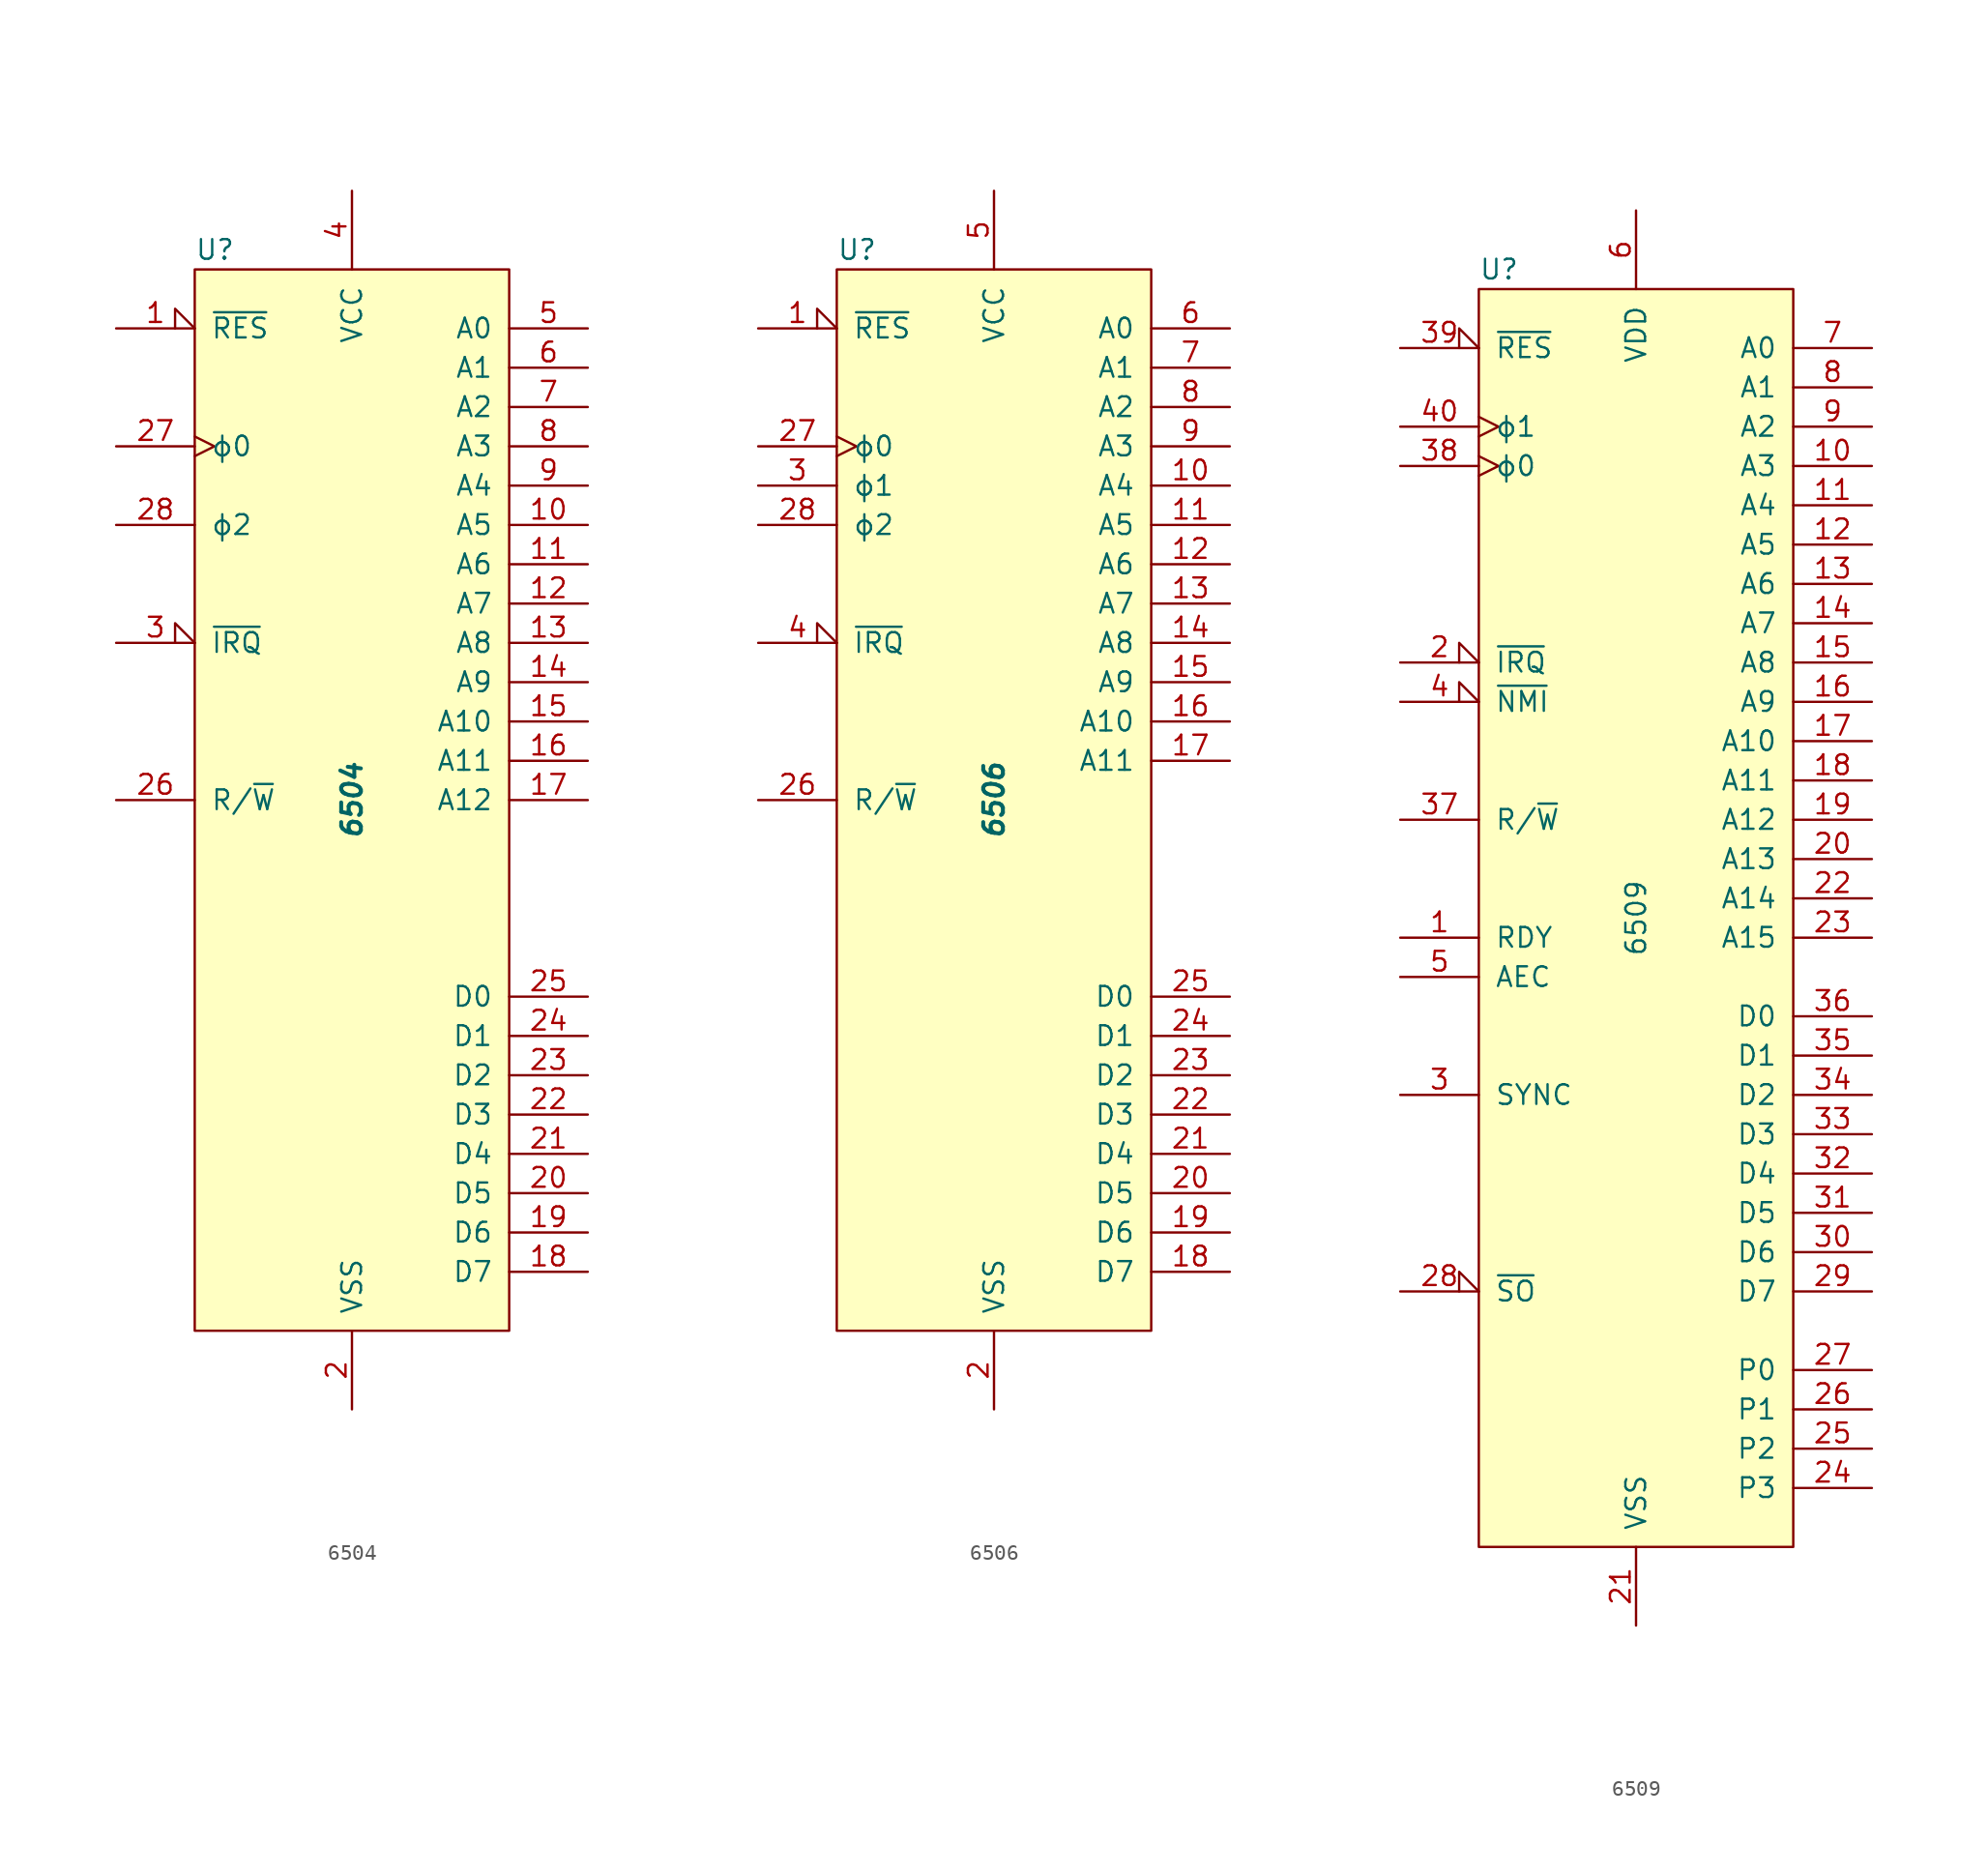
<source format=kicad_sym>
(kicad_symbol_lib
  (version 20241209)
  (generator "kicad_symbol_editor")
  (generator_version "9.0")
  (symbol "6504"
    (pin_names
      (offset 1.016))
    (property "Reference" "U"
      (at -10.16 35.56 0)
      (effects (font (size 1.27 1.27)) (justify left)))
    (property "Value" "6504"
      (at 0 0 90)
      (effects (font (size 1.27 1.27) (bold yes) (italic yes))))
    (symbol "6504_0_1"
      (rectangle (start -10.16 34.29) (end 10.16 -34.29) (stroke (width 0) (type solid)) (fill (type background))))
    (symbol "6504_1_1"
      (pin input input_low (at -15.24 30.48 0) (length 5.08) (name "~{RES}" (effects (font (size 1.27 1.27)))) (number "1" (effects (font (size 1.27 1.27)))))
      (pin input clock (at -15.24 22.86 0) (length 5.08) (name "ϕ0" (effects (font (size 1.27 1.27)))) (number "27" (effects (font (size 1.27 1.27)))))
      (pin output line (at -15.24 17.78 0) (length 5.08) (name "ϕ2" (effects (font (size 1.27 1.27)))) (number "28" (effects (font (size 1.27 1.27)))))
      (pin input input_low (at -15.24 10.16 0) (length 5.08) (name "~{IRQ}" (effects (font (size 1.27 1.27)))) (number "3" (effects (font (size 1.27 1.27)))))
      (pin output line (at -15.24 0 0) (length 5.08) (name "R/~{W}" (effects (font (size 1.27 1.27)))) (number "26" (effects (font (size 1.27 1.27)))))
      (pin power_in line (at 0 39.37 270) (length 5.08) (name "VCC" (effects (font (size 1.27 1.27)))) (number "4" (effects (font (size 1.27 1.27)))))
      (pin power_in line (at 0 -39.37 90) (length 5.08) (name "VSS" (effects (font (size 1.27 1.27)))) (number "2" (effects (font (size 1.27 1.27)))))
      (pin output line (at 15.24 30.48 180) (length 5.08) (name "A0" (effects (font (size 1.27 1.27)))) (number "5" (effects (font (size 1.27 1.27)))))
      (pin output line (at 15.24 27.94 180) (length 5.08) (name "A1" (effects (font (size 1.27 1.27)))) (number "6" (effects (font (size 1.27 1.27)))))
      (pin output line (at 15.24 25.4 180) (length 5.08) (name "A2" (effects (font (size 1.27 1.27)))) (number "7" (effects (font (size 1.27 1.27)))))
      (pin output line (at 15.24 22.86 180) (length 5.08) (name "A3" (effects (font (size 1.27 1.27)))) (number "8" (effects (font (size 1.27 1.27)))))
      (pin output line (at 15.24 20.32 180) (length 5.08) (name "A4" (effects (font (size 1.27 1.27)))) (number "9" (effects (font (size 1.27 1.27)))))
      (pin output line (at 15.24 17.78 180) (length 5.08) (name "A5" (effects (font (size 1.27 1.27)))) (number "10" (effects (font (size 1.27 1.27)))))
      (pin output line (at 15.24 15.24 180) (length 5.08) (name "A6" (effects (font (size 1.27 1.27)))) (number "11" (effects (font (size 1.27 1.27)))))
      (pin output line (at 15.24 12.7 180) (length 5.08) (name "A7" (effects (font (size 1.27 1.27)))) (number "12" (effects (font (size 1.27 1.27)))))
      (pin output line (at 15.24 10.16 180) (length 5.08) (name "A8" (effects (font (size 1.27 1.27)))) (number "13" (effects (font (size 1.27 1.27)))))
      (pin output line (at 15.24 7.62 180) (length 5.08) (name "A9" (effects (font (size 1.27 1.27)))) (number "14" (effects (font (size 1.27 1.27)))))
      (pin output line (at 15.24 5.08 180) (length 5.08) (name "A10" (effects (font (size 1.27 1.27)))) (number "15" (effects (font (size 1.27 1.27)))))
      (pin output line (at 15.24 2.54 180) (length 5.08) (name "A11" (effects (font (size 1.27 1.27)))) (number "16" (effects (font (size 1.27 1.27)))))
      (pin output line (at 15.24 0 180) (length 5.08) (name "A12" (effects (font (size 1.27 1.27)))) (number "17" (effects (font (size 1.27 1.27)))))
      (pin bidirectional line (at 15.24 -12.7 180) (length 5.08) (name "D0" (effects (font (size 1.27 1.27)))) (number "25" (effects (font (size 1.27 1.27)))))
      (pin bidirectional line (at 15.24 -15.24 180) (length 5.08) (name "D1" (effects (font (size 1.27 1.27)))) (number "24" (effects (font (size 1.27 1.27)))))
      (pin bidirectional line (at 15.24 -17.78 180) (length 5.08) (name "D2" (effects (font (size 1.27 1.27)))) (number "23" (effects (font (size 1.27 1.27)))))
      (pin bidirectional line (at 15.24 -20.32 180) (length 5.08) (name "D3" (effects (font (size 1.27 1.27)))) (number "22" (effects (font (size 1.27 1.27)))))
      (pin bidirectional line (at 15.24 -22.86 180) (length 5.08) (name "D4" (effects (font (size 1.27 1.27)))) (number "21" (effects (font (size 1.27 1.27)))))
      (pin bidirectional line (at 15.24 -25.4 180) (length 5.08) (name "D5" (effects (font (size 1.27 1.27)))) (number "20" (effects (font (size 1.27 1.27)))))
      (pin bidirectional line (at 15.24 -27.94 180) (length 5.08) (name "D6" (effects (font (size 1.27 1.27)))) (number "19" (effects (font (size 1.27 1.27)))))
      (pin bidirectional line (at 15.24 -30.48 180) (length 5.08) (name "D7" (effects (font (size 1.27 1.27)))) (number "18" (effects (font (size 1.27 1.27)))))))
  (symbol "6506"
    (pin_names
      (offset 1.016))
    (property "Reference" "U"
      (at -10.16 35.56 0)
      (effects (font (size 1.27 1.27)) (justify left)))
    (property "Value" "6506"
      (at 0 0 90)
      (effects (font (size 1.27 1.27) (bold yes) (italic yes))))
    (symbol "6506_0_1"
      (rectangle (start -10.16 34.29) (end 10.16 -34.29) (stroke (width 0) (type solid)) (fill (type background))))
    (symbol "6506_1_1"
      (pin input input_low (at -15.24 30.48 0) (length 5.08) (name "~{RES}" (effects (font (size 1.27 1.27)))) (number "1" (effects (font (size 1.27 1.27)))))
      (pin input clock (at -15.24 22.86 0) (length 5.08) (name "ϕ0" (effects (font (size 1.27 1.27)))) (number "27" (effects (font (size 1.27 1.27)))))
      (pin output line (at -15.24 20.32 0) (length 5.08) (name "ϕ1" (effects (font (size 1.27 1.27)))) (number "3" (effects (font (size 1.27 1.27)))))
      (pin output line (at -15.24 17.78 0) (length 5.08) (name "ϕ2" (effects (font (size 1.27 1.27)))) (number "28" (effects (font (size 1.27 1.27)))))
      (pin input input_low (at -15.24 10.16 0) (length 5.08) (name "~{IRQ}" (effects (font (size 1.27 1.27)))) (number "4" (effects (font (size 1.27 1.27)))))
      (pin output line (at -15.24 0 0) (length 5.08) (name "R/~{W}" (effects (font (size 1.27 1.27)))) (number "26" (effects (font (size 1.27 1.27)))))
      (pin power_in line (at 0 39.37 270) (length 5.08) (name "VCC" (effects (font (size 1.27 1.27)))) (number "5" (effects (font (size 1.27 1.27)))))
      (pin power_in line (at 0 -39.37 90) (length 5.08) (name "VSS" (effects (font (size 1.27 1.27)))) (number "2" (effects (font (size 1.27 1.27)))))
      (pin output line (at 15.24 30.48 180) (length 5.08) (name "A0" (effects (font (size 1.27 1.27)))) (number "6" (effects (font (size 1.27 1.27)))))
      (pin output line (at 15.24 27.94 180) (length 5.08) (name "A1" (effects (font (size 1.27 1.27)))) (number "7" (effects (font (size 1.27 1.27)))))
      (pin output line (at 15.24 25.4 180) (length 5.08) (name "A2" (effects (font (size 1.27 1.27)))) (number "8" (effects (font (size 1.27 1.27)))))
      (pin output line (at 15.24 22.86 180) (length 5.08) (name "A3" (effects (font (size 1.27 1.27)))) (number "9" (effects (font (size 1.27 1.27)))))
      (pin output line (at 15.24 20.32 180) (length 5.08) (name "A4" (effects (font (size 1.27 1.27)))) (number "10" (effects (font (size 1.27 1.27)))))
      (pin output line (at 15.24 17.78 180) (length 5.08) (name "A5" (effects (font (size 1.27 1.27)))) (number "11" (effects (font (size 1.27 1.27)))))
      (pin output line (at 15.24 15.24 180) (length 5.08) (name "A6" (effects (font (size 1.27 1.27)))) (number "12" (effects (font (size 1.27 1.27)))))
      (pin output line (at 15.24 12.7 180) (length 5.08) (name "A7" (effects (font (size 1.27 1.27)))) (number "13" (effects (font (size 1.27 1.27)))))
      (pin output line (at 15.24 10.16 180) (length 5.08) (name "A8" (effects (font (size 1.27 1.27)))) (number "14" (effects (font (size 1.27 1.27)))))
      (pin output line (at 15.24 7.62 180) (length 5.08) (name "A9" (effects (font (size 1.27 1.27)))) (number "15" (effects (font (size 1.27 1.27)))))
      (pin output line (at 15.24 5.08 180) (length 5.08) (name "A10" (effects (font (size 1.27 1.27)))) (number "16" (effects (font (size 1.27 1.27)))))
      (pin output line (at 15.24 2.54 180) (length 5.08) (name "A11" (effects (font (size 1.27 1.27)))) (number "17" (effects (font (size 1.27 1.27)))))
      (pin bidirectional line (at 15.24 -12.7 180) (length 5.08) (name "D0" (effects (font (size 1.27 1.27)))) (number "25" (effects (font (size 1.27 1.27)))))
      (pin bidirectional line (at 15.24 -15.24 180) (length 5.08) (name "D1" (effects (font (size 1.27 1.27)))) (number "24" (effects (font (size 1.27 1.27)))))
      (pin bidirectional line (at 15.24 -17.78 180) (length 5.08) (name "D2" (effects (font (size 1.27 1.27)))) (number "23" (effects (font (size 1.27 1.27)))))
      (pin bidirectional line (at 15.24 -20.32 180) (length 5.08) (name "D3" (effects (font (size 1.27 1.27)))) (number "22" (effects (font (size 1.27 1.27)))))
      (pin bidirectional line (at 15.24 -22.86 180) (length 5.08) (name "D4" (effects (font (size 1.27 1.27)))) (number "21" (effects (font (size 1.27 1.27)))))
      (pin bidirectional line (at 15.24 -25.4 180) (length 5.08) (name "D5" (effects (font (size 1.27 1.27)))) (number "20" (effects (font (size 1.27 1.27)))))
      (pin bidirectional line (at 15.24 -27.94 180) (length 5.08) (name "D6" (effects (font (size 1.27 1.27)))) (number "19" (effects (font (size 1.27 1.27)))))
      (pin bidirectional line (at 15.24 -30.48 180) (length 5.08) (name "D7" (effects (font (size 1.27 1.27)))) (number "18" (effects (font (size 1.27 1.27)))))))
  (symbol "6509"
    (pin_names
      (offset 1.016))
    (property "Reference" "U"
      (at -10.16 41.91 0)
      (effects (font (size 1.27 1.27)) (justify left)))
    (property "Value" "6509"
      (at 0 0 90)
      (effects (font (size 1.27 1.27))))
    (symbol "6509_0_1"
      (rectangle (start -10.16 40.64) (end 10.16 -40.64) (stroke (width 0) (type solid)) (fill (type background))))
    (symbol "6509_1_1"
      (pin input input_low (at -15.24 36.83 0) (length 5.08) (name "~{RES}" (effects (font (size 1.27 1.27)))) (number "39" (effects (font (size 1.27 1.27)))))
      (pin input clock (at -15.24 31.75 0) (length 5.08) (name "ϕ1" (effects (font (size 1.27 1.27)))) (number "40" (effects (font (size 1.27 1.27)))))
      (pin input clock (at -15.24 29.21 0) (length 5.08) (name "ϕ0" (effects (font (size 1.27 1.27)))) (number "38" (effects (font (size 1.27 1.27)))))
      (pin input input_low (at -15.24 16.51 0) (length 5.08) (name "~{IRQ}" (effects (font (size 1.27 1.27)))) (number "2" (effects (font (size 1.27 1.27)))))
      (pin input input_low (at -15.24 13.97 0) (length 5.08) (name "~{NMI}" (effects (font (size 1.27 1.27)))) (number "4" (effects (font (size 1.27 1.27)))))
      (pin tri_state line (at -15.24 6.35 0) (length 5.08) (name "R/~{W}" (effects (font (size 1.27 1.27)))) (number "37" (effects (font (size 1.27 1.27)))))
      (pin input line (at -15.24 -1.27 0) (length 5.08) (name "RDY" (effects (font (size 1.27 1.27)))) (number "1" (effects (font (size 1.27 1.27)))))
      (pin input line (at -15.24 -3.81 0) (length 5.08) (name "AEC" (effects (font (size 1.27 1.27)))) (number "5" (effects (font (size 1.27 1.27)))))
      (pin output line (at -15.24 -11.43 0) (length 5.08) (name "SYNC" (effects (font (size 1.27 1.27)))) (number "3" (effects (font (size 1.27 1.27)))))
      (pin input input_low (at -15.24 -24.13 0) (length 5.08) (name "~{SO}" (effects (font (size 1.27 1.27)))) (number "28" (effects (font (size 1.27 1.27)))))
      (pin power_in line (at 0 45.72 270) (length 5.08) (name "VDD" (effects (font (size 1.27 1.27)))) (number "6" (effects (font (size 1.27 1.27)))))
      (pin power_in line (at 0 -45.72 90) (length 5.08) (name "VSS" (effects (font (size 1.27 1.27)))) (number "21" (effects (font (size 1.27 1.27)))))
      (pin tri_state line (at 15.24 36.83 180) (length 5.08) (name "A0" (effects (font (size 1.27 1.27)))) (number "7" (effects (font (size 1.27 1.27)))))
      (pin tri_state line (at 15.24 34.29 180) (length 5.08) (name "A1" (effects (font (size 1.27 1.27)))) (number "8" (effects (font (size 1.27 1.27)))))
      (pin tri_state line (at 15.24 31.75 180) (length 5.08) (name "A2" (effects (font (size 1.27 1.27)))) (number "9" (effects (font (size 1.27 1.27)))))
      (pin tri_state line (at 15.24 29.21 180) (length 5.08) (name "A3" (effects (font (size 1.27 1.27)))) (number "10" (effects (font (size 1.27 1.27)))))
      (pin tri_state line (at 15.24 26.67 180) (length 5.08) (name "A4" (effects (font (size 1.27 1.27)))) (number "11" (effects (font (size 1.27 1.27)))))
      (pin tri_state line (at 15.24 24.13 180) (length 5.08) (name "A5" (effects (font (size 1.27 1.27)))) (number "12" (effects (font (size 1.27 1.27)))))
      (pin tri_state line (at 15.24 21.59 180) (length 5.08) (name "A6" (effects (font (size 1.27 1.27)))) (number "13" (effects (font (size 1.27 1.27)))))
      (pin tri_state line (at 15.24 19.05 180) (length 5.08) (name "A7" (effects (font (size 1.27 1.27)))) (number "14" (effects (font (size 1.27 1.27)))))
      (pin tri_state line (at 15.24 16.51 180) (length 5.08) (name "A8" (effects (font (size 1.27 1.27)))) (number "15" (effects (font (size 1.27 1.27)))))
      (pin tri_state line (at 15.24 13.97 180) (length 5.08) (name "A9" (effects (font (size 1.27 1.27)))) (number "16" (effects (font (size 1.27 1.27)))))
      (pin tri_state line (at 15.24 11.43 180) (length 5.08) (name "A10" (effects (font (size 1.27 1.27)))) (number "17" (effects (font (size 1.27 1.27)))))
      (pin tri_state line (at 15.24 8.89 180) (length 5.08) (name "A11" (effects (font (size 1.27 1.27)))) (number "18" (effects (font (size 1.27 1.27)))))
      (pin tri_state line (at 15.24 6.35 180) (length 5.08) (name "A12" (effects (font (size 1.27 1.27)))) (number "19" (effects (font (size 1.27 1.27)))))
      (pin tri_state line (at 15.24 3.81 180) (length 5.08) (name "A13" (effects (font (size 1.27 1.27)))) (number "20" (effects (font (size 1.27 1.27)))))
      (pin tri_state line (at 15.24 1.27 180) (length 5.08) (name "A14" (effects (font (size 1.27 1.27)))) (number "22" (effects (font (size 1.27 1.27)))))
      (pin tri_state line (at 15.24 -1.27 180) (length 5.08) (name "A15" (effects (font (size 1.27 1.27)))) (number "23" (effects (font (size 1.27 1.27)))))
      (pin bidirectional line (at 15.24 -6.35 180) (length 5.08) (name "D0" (effects (font (size 1.27 1.27)))) (number "36" (effects (font (size 1.27 1.27)))))
      (pin bidirectional line (at 15.24 -8.89 180) (length 5.08) (name "D1" (effects (font (size 1.27 1.27)))) (number "35" (effects (font (size 1.27 1.27)))))
      (pin bidirectional line (at 15.24 -11.43 180) (length 5.08) (name "D2" (effects (font (size 1.27 1.27)))) (number "34" (effects (font (size 1.27 1.27)))))
      (pin bidirectional line (at 15.24 -13.97 180) (length 5.08) (name "D3" (effects (font (size 1.27 1.27)))) (number "33" (effects (font (size 1.27 1.27)))))
      (pin bidirectional line (at 15.24 -16.51 180) (length 5.08) (name "D4" (effects (font (size 1.27 1.27)))) (number "32" (effects (font (size 1.27 1.27)))))
      (pin bidirectional line (at 15.24 -19.05 180) (length 5.08) (name "D5" (effects (font (size 1.27 1.27)))) (number "31" (effects (font (size 1.27 1.27)))))
      (pin bidirectional line (at 15.24 -21.59 180) (length 5.08) (name "D6" (effects (font (size 1.27 1.27)))) (number "30" (effects (font (size 1.27 1.27)))))
      (pin bidirectional line (at 15.24 -24.13 180) (length 5.08) (name "D7" (effects (font (size 1.27 1.27)))) (number "29" (effects (font (size 1.27 1.27)))))
      (pin output line (at 15.24 -29.21 180) (length 5.08) (name "P0" (effects (font (size 1.27 1.27)))) (number "27" (effects (font (size 1.27 1.27)))))
      (pin output line (at 15.24 -31.75 180) (length 5.08) (name "P1" (effects (font (size 1.27 1.27)))) (number "26" (effects (font (size 1.27 1.27)))))
      (pin output line (at 15.24 -34.29 180) (length 5.08) (name "P2" (effects (font (size 1.27 1.27)))) (number "25" (effects (font (size 1.27 1.27)))))
      (pin output line (at 15.24 -36.83 180) (length 5.08) (name "P3" (effects (font (size 1.27 1.27)))) (number "24" (effects (font (size 1.27 1.27))))))))
</source>
